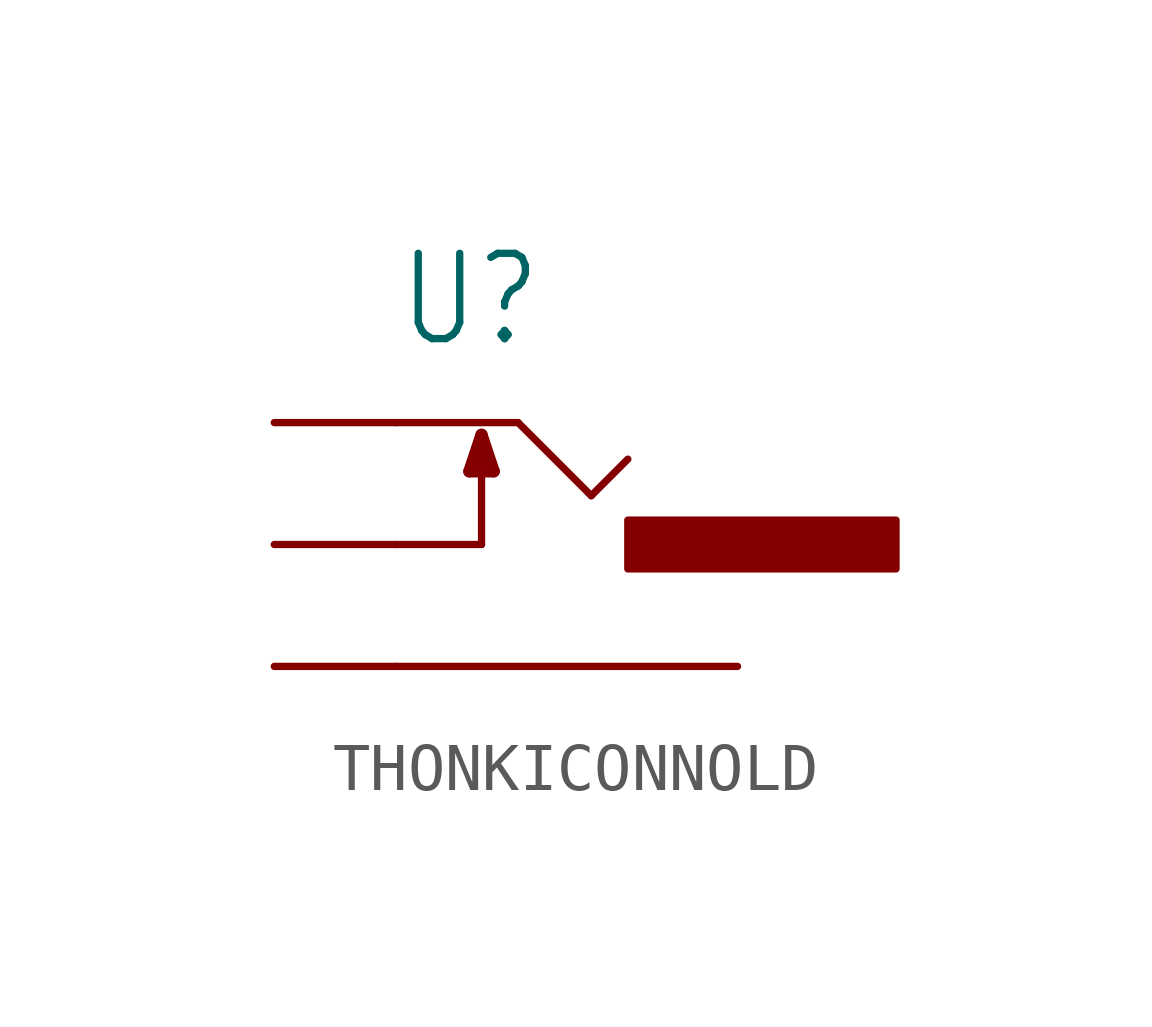
<source format=kicad_sym>
(kicad_symbol_lib
  (version 20211014)
  (generator kicad_symbol_editor)
  (symbol "THONKICONNOLD"
    (property "Reference" "U"
      (at -2.54 4.064 0)
      (effects (font (size 1.778 1.511)) (justify left bottom)))
    (property "ki_locked" ""
      (at 0 0 0)
      (effects (font (size 1.27 1.27))))
    (symbol "THONKICONNOLD_1_0"
      (polyline (pts (xy -2.54 -2.54) (xy 4.572 -2.54)) (stroke (width 0.152) (type default) (color 0 0 0 0)) (fill (type none)))
      (polyline (pts (xy -2.54 0) (xy -0.762 0)) (stroke (width 0.152) (type default) (color 0 0 0 0)) (fill (type none)))
      (polyline (pts (xy -2.54 2.54) (xy 0 2.54)) (stroke (width 0.152) (type default) (color 0 0 0 0)) (fill (type none)))
      (polyline (pts (xy -1.016 1.524) (xy -0.508 1.524)) (stroke (width 0.254) (type default) (color 0 0 0 0)) (fill (type none)))
      (polyline (pts (xy -0.762 0) (xy -0.762 2.286)) (stroke (width 0.152) (type default) (color 0 0 0 0)) (fill (type none)))
      (polyline (pts (xy -0.762 2.286) (xy -1.016 1.524)) (stroke (width 0.254) (type default) (color 0 0 0 0)) (fill (type none)))
      (polyline (pts (xy -0.508 1.524) (xy -0.762 2.286)) (stroke (width 0.254) (type default) (color 0 0 0 0)) (fill (type none)))
      (polyline (pts (xy 0 2.54) (xy 1.524 1.016)) (stroke (width 0.152) (type default) (color 0 0 0 0)) (fill (type none)))
      (polyline (pts (xy 1.524 1.016) (xy 2.286 1.778)) (stroke (width 0.152) (type default) (color 0 0 0 0)) (fill (type none)))
      (rectangle (start 2.286 -0.508) (end 7.874 0.508) (stroke (width 0) (type default) (color 0 0 0 0)) (fill (type outline)))
      (pin passive line (at -5.08 -2.54 0) (length 2.54) (name "SLEEVE" (effects (font (size 0 0)))) (number "P$1_SLEEVE" (effects (font (size 0 0)))))
      (pin passive line (at -5.08 0 0) (length 2.54) (name "SWITCH" (effects (font (size 0 0)))) (number "P$2_SWITCH" (effects (font (size 0 0)))))
      (pin passive line (at -5.08 2.54 0) (length 2.54) (name "TIP" (effects (font (size 0 0)))) (number "P$3_TIP" (effects (font (size 0 0))))))))
</source>
